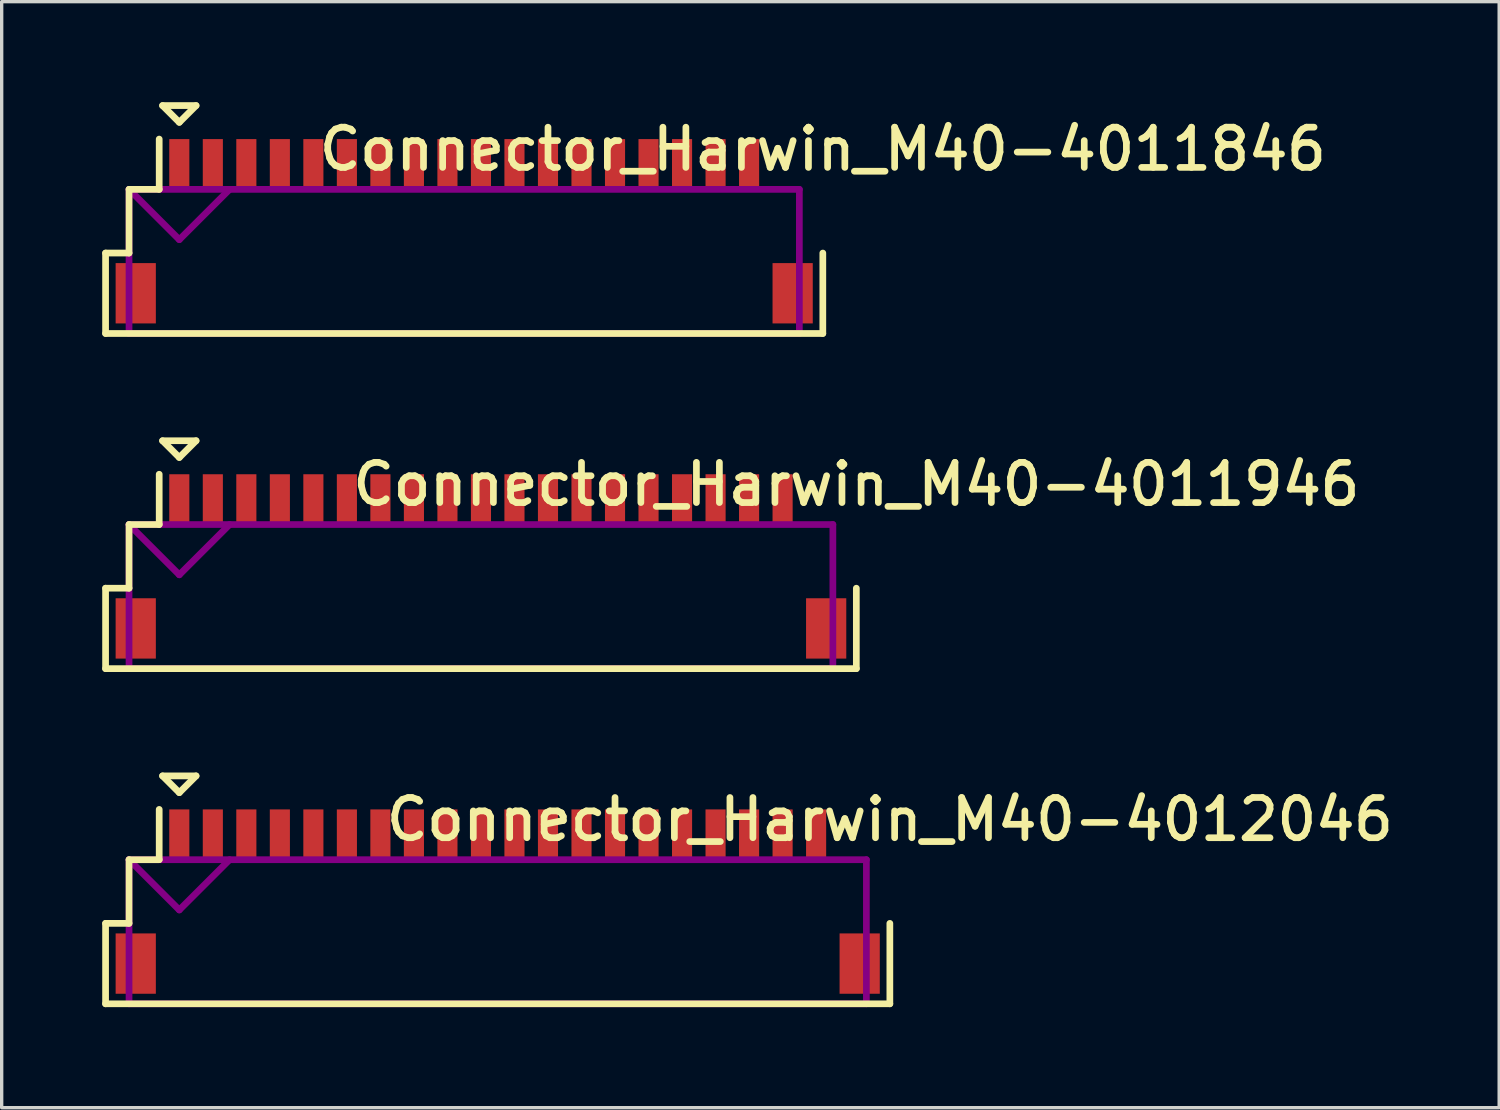
<source format=kicad_pcb>
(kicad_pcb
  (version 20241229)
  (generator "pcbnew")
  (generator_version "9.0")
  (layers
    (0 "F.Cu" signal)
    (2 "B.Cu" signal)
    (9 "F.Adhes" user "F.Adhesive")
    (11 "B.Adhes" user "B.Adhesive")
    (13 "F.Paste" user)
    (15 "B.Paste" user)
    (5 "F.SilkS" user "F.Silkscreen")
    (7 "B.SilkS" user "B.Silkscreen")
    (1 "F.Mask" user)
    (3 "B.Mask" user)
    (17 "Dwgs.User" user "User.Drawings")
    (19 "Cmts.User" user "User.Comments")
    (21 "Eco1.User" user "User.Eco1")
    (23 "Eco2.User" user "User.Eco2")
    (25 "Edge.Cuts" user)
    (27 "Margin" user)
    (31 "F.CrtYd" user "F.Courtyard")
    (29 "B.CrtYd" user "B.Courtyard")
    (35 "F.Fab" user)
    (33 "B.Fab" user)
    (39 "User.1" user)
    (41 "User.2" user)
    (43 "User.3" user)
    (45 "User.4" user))
  (footprint "Connector_Harwin_M40-4011946"
    (layer "F.Cu")
    (at 11.3 15.7)
    (property "Reference" "Connector_Harwin_M40-4011946" (at 11.2 -4.3 0) (layer "F.SilkS") (effects (font (size 1.2 1.2) (thickness 0.2))))
    (attr through_hole)
    (fp_line (start -11.2 -1.2) (end -11.2 1.2) (stroke (width 0.2) (type solid)) (layer "F.SilkS"))
    (fp_line (start -11.2 1.2) (end 11.2 1.2) (stroke (width 0.2) (type solid)) (layer "F.SilkS"))
    (fp_line (start -10.5 -3.1) (end -10.5 -1.2) (stroke (width 0.2) (type solid)) (layer "F.SilkS"))
    (fp_line (start -10.5 -1.2) (end -11.2 -1.2) (stroke (width 0.2) (type solid)) (layer "F.SilkS"))
    (fp_line (start -9.6 -4.6) (end -9.6 -3.1) (stroke (width 0.2) (type solid)) (layer "F.SilkS"))
    (fp_line (start -9.6 -3.1) (end -10.5 -3.1) (stroke (width 0.2) (type solid)) (layer "F.SilkS"))
    (fp_line (start -9.5 -5.6) (end -8.5 -5.6) (stroke (width 0.2) (type solid)) (layer "F.SilkS"))
    (fp_line (start -9 -5.1) (end -9.5 -5.6) (stroke (width 0.2) (type solid)) (layer "F.SilkS"))
    (fp_line (start -8.5 -5.6) (end -9 -5.1) (stroke (width 0.2) (type solid)) (layer "F.SilkS"))
    (fp_line (start 11.2 1.2) (end 11.2 -1.2) (stroke (width 0.2) (type solid)) (layer "F.SilkS"))
    (fp_line (start -10.5 -3.1) (end -10.5 1.2) (stroke (width 0.2) (type solid)) (layer "F.Adhes"))
    (fp_line (start -10.5 -3.1) (end -9 -1.6) (stroke (width 0.2) (type solid)) (layer "F.Adhes"))
    (fp_line (start -10.5 1.2) (end 10.5 1.2) (stroke (width 0.2) (type solid)) (layer "F.Adhes"))
    (fp_line (start -9 -1.6) (end -7.5 -3.1) (stroke (width 0.2) (type solid)) (layer "F.Adhes"))
    (fp_line (start 10.5 -3.1) (end -10.5 -3.1) (stroke (width 0.2) (type solid)) (layer "F.Adhes"))
    (fp_line (start 10.5 1.2) (end 10.5 -3.1) (stroke (width 0.2) (type solid)) (layer "F.Adhes"))
    (pad "" smd rect (at -10.3 0) (size 1.2 1.8) (layers "F.Cu" "F.Mask" "F.Paste"))
    (pad "" smd rect (at 10.3 0) (size 1.2 1.8) (layers "F.Cu" "F.Mask" "F.Paste"))
    (pad "1" smd rect (at -9 -3.85) (size 0.6 1.5) (layers "F.Cu" "F.Mask" "F.Paste"))
    (pad "2" smd rect (at -8 -3.85) (size 0.6 1.5) (layers "F.Cu" "F.Mask" "F.Paste"))
    (pad "3" smd rect (at -7 -3.85) (size 0.6 1.5) (layers "F.Cu" "F.Mask" "F.Paste"))
    (pad "4" smd rect (at -6 -3.85) (size 0.6 1.5) (layers "F.Cu" "F.Mask" "F.Paste"))
    (pad "5" smd rect (at -5 -3.85) (size 0.6 1.5) (layers "F.Cu" "F.Mask" "F.Paste"))
    (pad "6" smd rect (at -4 -3.85) (size 0.6 1.5) (layers "F.Cu" "F.Mask" "F.Paste"))
    (pad "7" smd rect (at -3 -3.85) (size 0.6 1.5) (layers "F.Cu" "F.Mask" "F.Paste"))
    (pad "8" smd rect (at -2 -3.85) (size 0.6 1.5) (layers "F.Cu" "F.Mask" "F.Paste"))
    (pad "9" smd rect (at -1 -3.85) (size 0.6 1.5) (layers "F.Cu" "F.Mask" "F.Paste"))
    (pad "10" smd rect (at 0 -3.85) (size 0.6 1.5) (layers "F.Cu" "F.Mask" "F.Paste"))
    (pad "11" smd rect (at 1 -3.85) (size 0.6 1.5) (layers "F.Cu" "F.Mask" "F.Paste"))
    (pad "12" smd rect (at 2 -3.85) (size 0.6 1.5) (layers "F.Cu" "F.Mask" "F.Paste"))
    (pad "13" smd rect (at 3 -3.85) (size 0.6 1.5) (layers "F.Cu" "F.Mask" "F.Paste"))
    (pad "14" smd rect (at 4 -3.85) (size 0.6 1.5) (layers "F.Cu" "F.Mask" "F.Paste"))
    (pad "15" smd rect (at 5 -3.85) (size 0.6 1.5) (layers "F.Cu" "F.Mask" "F.Paste"))
    (pad "16" smd rect (at 6 -3.85) (size 0.6 1.5) (layers "F.Cu" "F.Mask" "F.Paste"))
    (pad "17" smd rect (at 7 -3.85) (size 0.6 1.5) (layers "F.Cu" "F.Mask" "F.Paste"))
    (pad "18" smd rect (at 8 -3.85) (size 0.6 1.5) (layers "F.Cu" "F.Mask" "F.Paste"))
    (pad "19" smd rect (at 9 -3.85) (size 0.6 1.5) (layers "F.Cu" "F.Mask" "F.Paste")))
  (footprint "Connector_Harwin_M40-4012046"
    (layer "F.Cu")
    (at 11.8 25.7)
    (property "Reference" "Connector_Harwin_M40-4012046" (at 11.7 -4.3 0) (layer "F.SilkS") (effects (font (size 1.2 1.2) (thickness 0.2))))
    (attr through_hole)
    (fp_line (start -11.7 -1.2) (end -11.7 1.2) (stroke (width 0.2) (type solid)) (layer "F.SilkS"))
    (fp_line (start -11.7 1.2) (end 11.7 1.2) (stroke (width 0.2) (type solid)) (layer "F.SilkS"))
    (fp_line (start -11 -3.1) (end -11 -1.2) (stroke (width 0.2) (type solid)) (layer "F.SilkS"))
    (fp_line (start -11 -1.2) (end -11.7 -1.2) (stroke (width 0.2) (type solid)) (layer "F.SilkS"))
    (fp_line (start -10.1 -4.6) (end -10.1 -3.1) (stroke (width 0.2) (type solid)) (layer "F.SilkS"))
    (fp_line (start -10.1 -3.1) (end -11 -3.1) (stroke (width 0.2) (type solid)) (layer "F.SilkS"))
    (fp_line (start -10 -5.6) (end -9 -5.6) (stroke (width 0.2) (type solid)) (layer "F.SilkS"))
    (fp_line (start -9.5 -5.1) (end -10 -5.6) (stroke (width 0.2) (type solid)) (layer "F.SilkS"))
    (fp_line (start -9 -5.6) (end -9.5 -5.1) (stroke (width 0.2) (type solid)) (layer "F.SilkS"))
    (fp_line (start 11.7 1.2) (end 11.7 -1.2) (stroke (width 0.2) (type solid)) (layer "F.SilkS"))
    (fp_line (start -11 -3.1) (end -11 1.2) (stroke (width 0.2) (type solid)) (layer "F.Adhes"))
    (fp_line (start -11 -3.1) (end -9.5 -1.6) (stroke (width 0.2) (type solid)) (layer "F.Adhes"))
    (fp_line (start -11 1.2) (end 11 1.2) (stroke (width 0.2) (type solid)) (layer "F.Adhes"))
    (fp_line (start -9.5 -1.6) (end -8 -3.1) (stroke (width 0.2) (type solid)) (layer "F.Adhes"))
    (fp_line (start 11 -3.1) (end -11 -3.1) (stroke (width 0.2) (type solid)) (layer "F.Adhes"))
    (fp_line (start 11 1.2) (end 11 -3.1) (stroke (width 0.2) (type solid)) (layer "F.Adhes"))
    (pad "" smd rect (at -10.8 0) (size 1.2 1.8) (layers "F.Cu" "F.Mask" "F.Paste"))
    (pad "" smd rect (at 10.8 0) (size 1.2 1.8) (layers "F.Cu" "F.Mask" "F.Paste"))
    (pad "1" smd rect (at -9.5 -3.85) (size 0.6 1.5) (layers "F.Cu" "F.Mask" "F.Paste"))
    (pad "2" smd rect (at -8.5 -3.85) (size 0.6 1.5) (layers "F.Cu" "F.Mask" "F.Paste"))
    (pad "3" smd rect (at -7.5 -3.85) (size 0.6 1.5) (layers "F.Cu" "F.Mask" "F.Paste"))
    (pad "4" smd rect (at -6.5 -3.85) (size 0.6 1.5) (layers "F.Cu" "F.Mask" "F.Paste"))
    (pad "5" smd rect (at -5.5 -3.85) (size 0.6 1.5) (layers "F.Cu" "F.Mask" "F.Paste"))
    (pad "6" smd rect (at -4.5 -3.85) (size 0.6 1.5) (layers "F.Cu" "F.Mask" "F.Paste"))
    (pad "7" smd rect (at -3.5 -3.85) (size 0.6 1.5) (layers "F.Cu" "F.Mask" "F.Paste"))
    (pad "8" smd rect (at -2.5 -3.85) (size 0.6 1.5) (layers "F.Cu" "F.Mask" "F.Paste"))
    (pad "9" smd rect (at -1.5 -3.85) (size 0.6 1.5) (layers "F.Cu" "F.Mask" "F.Paste"))
    (pad "10" smd rect (at -0.5 -3.85) (size 0.6 1.5) (layers "F.Cu" "F.Mask" "F.Paste"))
    (pad "11" smd rect (at 0.5 -3.85) (size 0.6 1.5) (layers "F.Cu" "F.Mask" "F.Paste"))
    (pad "12" smd rect (at 1.5 -3.85) (size 0.6 1.5) (layers "F.Cu" "F.Mask" "F.Paste"))
    (pad "13" smd rect (at 2.5 -3.85) (size 0.6 1.5) (layers "F.Cu" "F.Mask" "F.Paste"))
    (pad "14" smd rect (at 3.5 -3.85) (size 0.6 1.5) (layers "F.Cu" "F.Mask" "F.Paste"))
    (pad "15" smd rect (at 4.5 -3.85) (size 0.6 1.5) (layers "F.Cu" "F.Mask" "F.Paste"))
    (pad "16" smd rect (at 5.5 -3.85) (size 0.6 1.5) (layers "F.Cu" "F.Mask" "F.Paste"))
    (pad "17" smd rect (at 6.5 -3.85) (size 0.6 1.5) (layers "F.Cu" "F.Mask" "F.Paste"))
    (pad "18" smd rect (at 7.5 -3.85) (size 0.6 1.5) (layers "F.Cu" "F.Mask" "F.Paste"))
    (pad "19" smd rect (at 8.5 -3.85) (size 0.6 1.5) (layers "F.Cu" "F.Mask" "F.Paste"))
    (pad "20" smd rect (at 9.5 -3.85) (size 0.6 1.5) (layers "F.Cu" "F.Mask" "F.Paste")))
  (footprint "Connector_Harwin_M40-4011846"
    (layer "F.Cu")
    (at 10.8 5.7)
    (property "Reference" "Connector_Harwin_M40-4011846" (at 10.7 -4.3 0) (layer "F.SilkS") (effects (font (size 1.2 1.2) (thickness 0.2))))
    (attr through_hole)
    (fp_line (start -10.7 -1.2) (end -10.7 1.2) (stroke (width 0.2) (type solid)) (layer "F.SilkS"))
    (fp_line (start -10.7 1.2) (end 10.7 1.2) (stroke (width 0.2) (type solid)) (layer "F.SilkS"))
    (fp_line (start -10 -3.1) (end -10 -1.2) (stroke (width 0.2) (type solid)) (layer "F.SilkS"))
    (fp_line (start -10 -1.2) (end -10.7 -1.2) (stroke (width 0.2) (type solid)) (layer "F.SilkS"))
    (fp_line (start -9.1 -4.6) (end -9.1 -3.1) (stroke (width 0.2) (type solid)) (layer "F.SilkS"))
    (fp_line (start -9.1 -3.1) (end -10 -3.1) (stroke (width 0.2) (type solid)) (layer "F.SilkS"))
    (fp_line (start -9 -5.6) (end -8 -5.6) (stroke (width 0.2) (type solid)) (layer "F.SilkS"))
    (fp_line (start -8.5 -5.1) (end -9 -5.6) (stroke (width 0.2) (type solid)) (layer "F.SilkS"))
    (fp_line (start -8 -5.6) (end -8.5 -5.1) (stroke (width 0.2) (type solid)) (layer "F.SilkS"))
    (fp_line (start 10.7 1.2) (end 10.7 -1.2) (stroke (width 0.2) (type solid)) (layer "F.SilkS"))
    (fp_line (start -10 -3.1) (end -10 1.2) (stroke (width 0.2) (type solid)) (layer "F.Adhes"))
    (fp_line (start -10 -3.1) (end -8.5 -1.6) (stroke (width 0.2) (type solid)) (layer "F.Adhes"))
    (fp_line (start -10 1.2) (end 10 1.2) (stroke (width 0.2) (type solid)) (layer "F.Adhes"))
    (fp_line (start -8.5 -1.6) (end -7 -3.1) (stroke (width 0.2) (type solid)) (layer "F.Adhes"))
    (fp_line (start 10 -3.1) (end -10 -3.1) (stroke (width 0.2) (type solid)) (layer "F.Adhes"))
    (fp_line (start 10 1.2) (end 10 -3.1) (stroke (width 0.2) (type solid)) (layer "F.Adhes"))
    (pad "" smd rect (at -9.8 0) (size 1.2 1.8) (layers "F.Cu" "F.Mask" "F.Paste"))
    (pad "" smd rect (at 9.8 0) (size 1.2 1.8) (layers "F.Cu" "F.Mask" "F.Paste"))
    (pad "1" smd rect (at -8.5 -3.85) (size 0.6 1.5) (layers "F.Cu" "F.Mask" "F.Paste"))
    (pad "2" smd rect (at -7.5 -3.85) (size 0.6 1.5) (layers "F.Cu" "F.Mask" "F.Paste"))
    (pad "3" smd rect (at -6.5 -3.85) (size 0.6 1.5) (layers "F.Cu" "F.Mask" "F.Paste"))
    (pad "4" smd rect (at -5.5 -3.85) (size 0.6 1.5) (layers "F.Cu" "F.Mask" "F.Paste"))
    (pad "5" smd rect (at -4.5 -3.85) (size 0.6 1.5) (layers "F.Cu" "F.Mask" "F.Paste"))
    (pad "6" smd rect (at -3.5 -3.85) (size 0.6 1.5) (layers "F.Cu" "F.Mask" "F.Paste"))
    (pad "7" smd rect (at -2.5 -3.85) (size 0.6 1.5) (layers "F.Cu" "F.Mask" "F.Paste"))
    (pad "8" smd rect (at -1.5 -3.85) (size 0.6 1.5) (layers "F.Cu" "F.Mask" "F.Paste"))
    (pad "9" smd rect (at -0.5 -3.85) (size 0.6 1.5) (layers "F.Cu" "F.Mask" "F.Paste"))
    (pad "10" smd rect (at 0.5 -3.85) (size 0.6 1.5) (layers "F.Cu" "F.Mask" "F.Paste"))
    (pad "11" smd rect (at 1.5 -3.85) (size 0.6 1.5) (layers "F.Cu" "F.Mask" "F.Paste"))
    (pad "12" smd rect (at 2.5 -3.85) (size 0.6 1.5) (layers "F.Cu" "F.Mask" "F.Paste"))
    (pad "13" smd rect (at 3.5 -3.85) (size 0.6 1.5) (layers "F.Cu" "F.Mask" "F.Paste"))
    (pad "14" smd rect (at 4.5 -3.85) (size 0.6 1.5) (layers "F.Cu" "F.Mask" "F.Paste"))
    (pad "15" smd rect (at 5.5 -3.85) (size 0.6 1.5) (layers "F.Cu" "F.Mask" "F.Paste"))
    (pad "16" smd rect (at 6.5 -3.85) (size 0.6 1.5) (layers "F.Cu" "F.Mask" "F.Paste"))
    (pad "17" smd rect (at 7.5 -3.85) (size 0.6 1.5) (layers "F.Cu" "F.Mask" "F.Paste"))
    (pad "18" smd rect (at 8.5 -3.85) (size 0.6 1.5) (layers "F.Cu" "F.Mask" "F.Paste")))
  (gr_rect
    (start -3 -3)
    (end 41.68 30)
    (stroke (width 0.1) (type default))
    (fill no)
    (layer "Edge.Cuts")))
</source>
